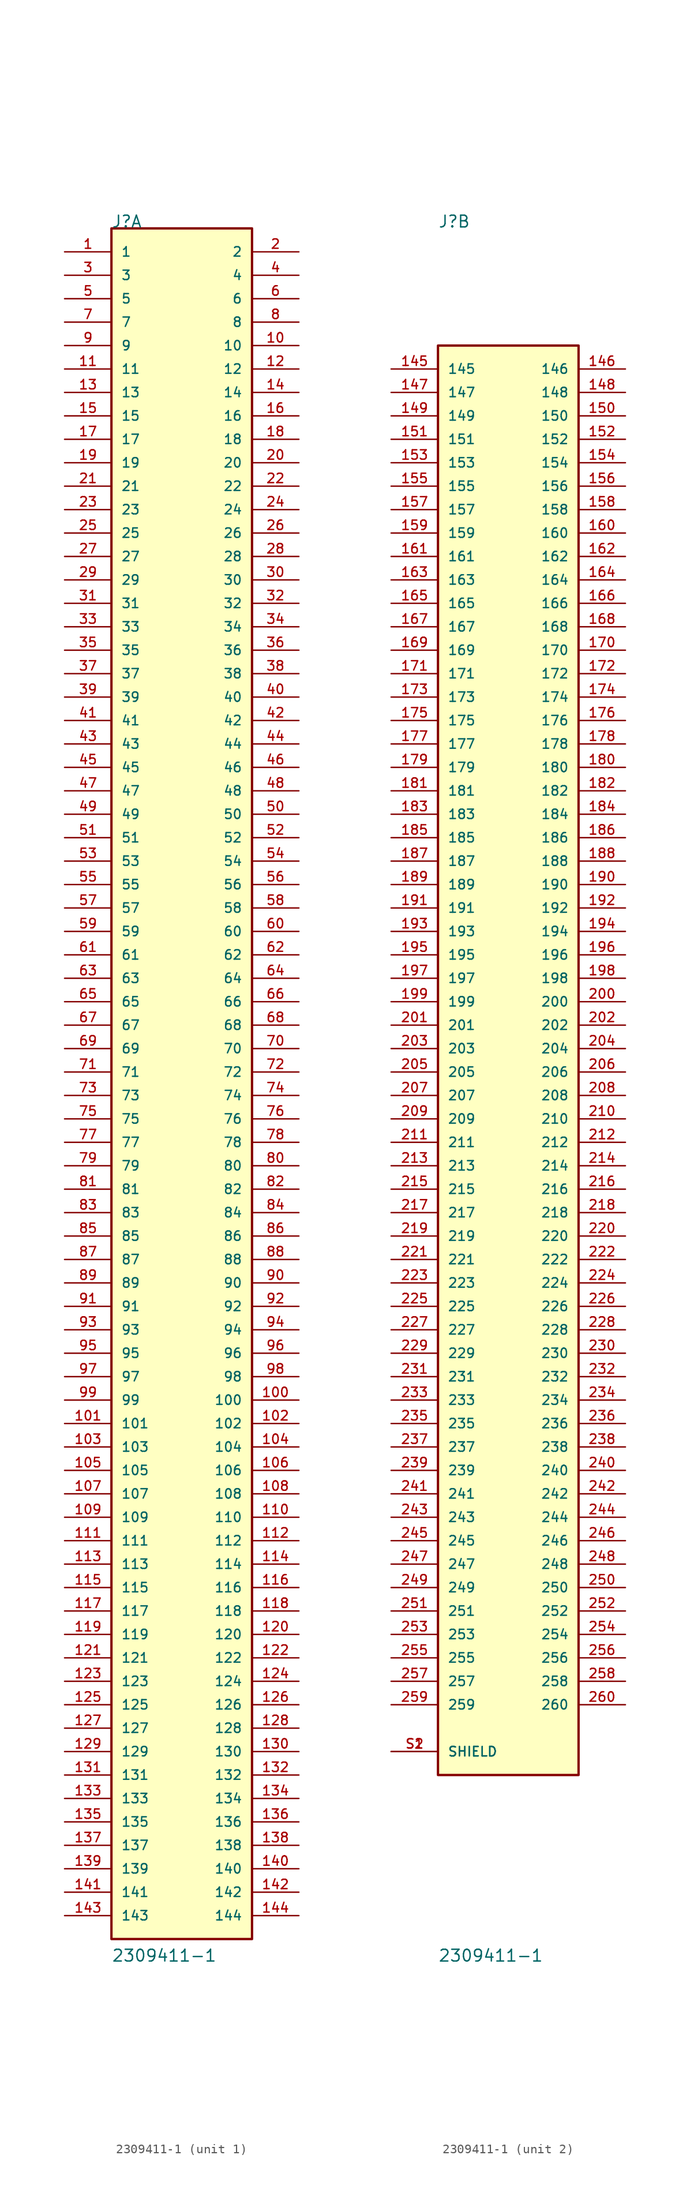
<source format=kicad_sym>
(kicad_symbol_lib
  (version 20211014)
  (generator kicad_symbol_editor)
  (symbol "2309411-1"
    (pin_names
      (offset 1.016))
    (property "Reference" "J"
      (at -7.62 91.44 0)
      (effects (font (size 1.27 1.27)) (justify left bottom)))
    (property "Value" "2309411-1"
      (at -7.62 -96.52 0)
      (effects (font (size 1.27 1.27)) (justify left bottom)))
    (property "ki_locked" ""
      (at 0 0 0)
      (effects (font (size 1.27 1.27))))
    (symbol "2309411-1_1_0"
      (rectangle (start -7.62 -93.98) (end 7.62 91.44) (stroke (width 0.254) (type default) (color 0 0 0 0)) (fill (type background)))
      (pin passive line (at -12.7 88.9 0) (length 5.08) (name "1" (effects (font (size 1.016 1.016)))) (number "1" (effects (font (size 1.016 1.016)))))
      (pin passive line (at 12.7 78.74 180) (length 5.08) (name "10" (effects (font (size 1.016 1.016)))) (number "10" (effects (font (size 1.016 1.016)))))
      (pin passive line (at 12.7 -35.56 180) (length 5.08) (name "100" (effects (font (size 1.016 1.016)))) (number "100" (effects (font (size 1.016 1.016)))))
      (pin passive line (at -12.7 -38.1 0) (length 5.08) (name "101" (effects (font (size 1.016 1.016)))) (number "101" (effects (font (size 1.016 1.016)))))
      (pin passive line (at 12.7 -38.1 180) (length 5.08) (name "102" (effects (font (size 1.016 1.016)))) (number "102" (effects (font (size 1.016 1.016)))))
      (pin passive line (at -12.7 -40.64 0) (length 5.08) (name "103" (effects (font (size 1.016 1.016)))) (number "103" (effects (font (size 1.016 1.016)))))
      (pin passive line (at 12.7 -40.64 180) (length 5.08) (name "104" (effects (font (size 1.016 1.016)))) (number "104" (effects (font (size 1.016 1.016)))))
      (pin passive line (at -12.7 -43.18 0) (length 5.08) (name "105" (effects (font (size 1.016 1.016)))) (number "105" (effects (font (size 1.016 1.016)))))
      (pin passive line (at 12.7 -43.18 180) (length 5.08) (name "106" (effects (font (size 1.016 1.016)))) (number "106" (effects (font (size 1.016 1.016)))))
      (pin passive line (at -12.7 -45.72 0) (length 5.08) (name "107" (effects (font (size 1.016 1.016)))) (number "107" (effects (font (size 1.016 1.016)))))
      (pin passive line (at 12.7 -45.72 180) (length 5.08) (name "108" (effects (font (size 1.016 1.016)))) (number "108" (effects (font (size 1.016 1.016)))))
      (pin passive line (at -12.7 -48.26 0) (length 5.08) (name "109" (effects (font (size 1.016 1.016)))) (number "109" (effects (font (size 1.016 1.016)))))
      (pin passive line (at -12.7 76.2 0) (length 5.08) (name "11" (effects (font (size 1.016 1.016)))) (number "11" (effects (font (size 1.016 1.016)))))
      (pin passive line (at 12.7 -48.26 180) (length 5.08) (name "110" (effects (font (size 1.016 1.016)))) (number "110" (effects (font (size 1.016 1.016)))))
      (pin passive line (at -12.7 -50.8 0) (length 5.08) (name "111" (effects (font (size 1.016 1.016)))) (number "111" (effects (font (size 1.016 1.016)))))
      (pin passive line (at 12.7 -50.8 180) (length 5.08) (name "112" (effects (font (size 1.016 1.016)))) (number "112" (effects (font (size 1.016 1.016)))))
      (pin passive line (at -12.7 -53.34 0) (length 5.08) (name "113" (effects (font (size 1.016 1.016)))) (number "113" (effects (font (size 1.016 1.016)))))
      (pin passive line (at 12.7 -53.34 180) (length 5.08) (name "114" (effects (font (size 1.016 1.016)))) (number "114" (effects (font (size 1.016 1.016)))))
      (pin passive line (at -12.7 -55.88 0) (length 5.08) (name "115" (effects (font (size 1.016 1.016)))) (number "115" (effects (font (size 1.016 1.016)))))
      (pin passive line (at 12.7 -55.88 180) (length 5.08) (name "116" (effects (font (size 1.016 1.016)))) (number "116" (effects (font (size 1.016 1.016)))))
      (pin passive line (at -12.7 -58.42 0) (length 5.08) (name "117" (effects (font (size 1.016 1.016)))) (number "117" (effects (font (size 1.016 1.016)))))
      (pin passive line (at 12.7 -58.42 180) (length 5.08) (name "118" (effects (font (size 1.016 1.016)))) (number "118" (effects (font (size 1.016 1.016)))))
      (pin passive line (at -12.7 -60.96 0) (length 5.08) (name "119" (effects (font (size 1.016 1.016)))) (number "119" (effects (font (size 1.016 1.016)))))
      (pin passive line (at 12.7 76.2 180) (length 5.08) (name "12" (effects (font (size 1.016 1.016)))) (number "12" (effects (font (size 1.016 1.016)))))
      (pin passive line (at 12.7 -60.96 180) (length 5.08) (name "120" (effects (font (size 1.016 1.016)))) (number "120" (effects (font (size 1.016 1.016)))))
      (pin passive line (at -12.7 -63.5 0) (length 5.08) (name "121" (effects (font (size 1.016 1.016)))) (number "121" (effects (font (size 1.016 1.016)))))
      (pin passive line (at 12.7 -63.5 180) (length 5.08) (name "122" (effects (font (size 1.016 1.016)))) (number "122" (effects (font (size 1.016 1.016)))))
      (pin passive line (at -12.7 -66.04 0) (length 5.08) (name "123" (effects (font (size 1.016 1.016)))) (number "123" (effects (font (size 1.016 1.016)))))
      (pin passive line (at 12.7 -66.04 180) (length 5.08) (name "124" (effects (font (size 1.016 1.016)))) (number "124" (effects (font (size 1.016 1.016)))))
      (pin passive line (at -12.7 -68.58 0) (length 5.08) (name "125" (effects (font (size 1.016 1.016)))) (number "125" (effects (font (size 1.016 1.016)))))
      (pin passive line (at 12.7 -68.58 180) (length 5.08) (name "126" (effects (font (size 1.016 1.016)))) (number "126" (effects (font (size 1.016 1.016)))))
      (pin passive line (at -12.7 -71.12 0) (length 5.08) (name "127" (effects (font (size 1.016 1.016)))) (number "127" (effects (font (size 1.016 1.016)))))
      (pin passive line (at 12.7 -71.12 180) (length 5.08) (name "128" (effects (font (size 1.016 1.016)))) (number "128" (effects (font (size 1.016 1.016)))))
      (pin passive line (at -12.7 -73.66 0) (length 5.08) (name "129" (effects (font (size 1.016 1.016)))) (number "129" (effects (font (size 1.016 1.016)))))
      (pin passive line (at -12.7 73.66 0) (length 5.08) (name "13" (effects (font (size 1.016 1.016)))) (number "13" (effects (font (size 1.016 1.016)))))
      (pin passive line (at 12.7 -73.66 180) (length 5.08) (name "130" (effects (font (size 1.016 1.016)))) (number "130" (effects (font (size 1.016 1.016)))))
      (pin passive line (at -12.7 -76.2 0) (length 5.08) (name "131" (effects (font (size 1.016 1.016)))) (number "131" (effects (font (size 1.016 1.016)))))
      (pin passive line (at 12.7 -76.2 180) (length 5.08) (name "132" (effects (font (size 1.016 1.016)))) (number "132" (effects (font (size 1.016 1.016)))))
      (pin passive line (at -12.7 -78.74 0) (length 5.08) (name "133" (effects (font (size 1.016 1.016)))) (number "133" (effects (font (size 1.016 1.016)))))
      (pin passive line (at 12.7 -78.74 180) (length 5.08) (name "134" (effects (font (size 1.016 1.016)))) (number "134" (effects (font (size 1.016 1.016)))))
      (pin passive line (at -12.7 -81.28 0) (length 5.08) (name "135" (effects (font (size 1.016 1.016)))) (number "135" (effects (font (size 1.016 1.016)))))
      (pin passive line (at 12.7 -81.28 180) (length 5.08) (name "136" (effects (font (size 1.016 1.016)))) (number "136" (effects (font (size 1.016 1.016)))))
      (pin passive line (at -12.7 -83.82 0) (length 5.08) (name "137" (effects (font (size 1.016 1.016)))) (number "137" (effects (font (size 1.016 1.016)))))
      (pin passive line (at 12.7 -83.82 180) (length 5.08) (name "138" (effects (font (size 1.016 1.016)))) (number "138" (effects (font (size 1.016 1.016)))))
      (pin passive line (at -12.7 -86.36 0) (length 5.08) (name "139" (effects (font (size 1.016 1.016)))) (number "139" (effects (font (size 1.016 1.016)))))
      (pin passive line (at 12.7 73.66 180) (length 5.08) (name "14" (effects (font (size 1.016 1.016)))) (number "14" (effects (font (size 1.016 1.016)))))
      (pin passive line (at 12.7 -86.36 180) (length 5.08) (name "140" (effects (font (size 1.016 1.016)))) (number "140" (effects (font (size 1.016 1.016)))))
      (pin passive line (at -12.7 -88.9 0) (length 5.08) (name "141" (effects (font (size 1.016 1.016)))) (number "141" (effects (font (size 1.016 1.016)))))
      (pin passive line (at 12.7 -88.9 180) (length 5.08) (name "142" (effects (font (size 1.016 1.016)))) (number "142" (effects (font (size 1.016 1.016)))))
      (pin passive line (at -12.7 -91.44 0) (length 5.08) (name "143" (effects (font (size 1.016 1.016)))) (number "143" (effects (font (size 1.016 1.016)))))
      (pin passive line (at 12.7 -91.44 180) (length 5.08) (name "144" (effects (font (size 1.016 1.016)))) (number "144" (effects (font (size 1.016 1.016)))))
      (pin passive line (at -12.7 71.12 0) (length 5.08) (name "15" (effects (font (size 1.016 1.016)))) (number "15" (effects (font (size 1.016 1.016)))))
      (pin passive line (at 12.7 71.12 180) (length 5.08) (name "16" (effects (font (size 1.016 1.016)))) (number "16" (effects (font (size 1.016 1.016)))))
      (pin passive line (at -12.7 68.58 0) (length 5.08) (name "17" (effects (font (size 1.016 1.016)))) (number "17" (effects (font (size 1.016 1.016)))))
      (pin passive line (at 12.7 68.58 180) (length 5.08) (name "18" (effects (font (size 1.016 1.016)))) (number "18" (effects (font (size 1.016 1.016)))))
      (pin passive line (at -12.7 66.04 0) (length 5.08) (name "19" (effects (font (size 1.016 1.016)))) (number "19" (effects (font (size 1.016 1.016)))))
      (pin passive line (at 12.7 88.9 180) (length 5.08) (name "2" (effects (font (size 1.016 1.016)))) (number "2" (effects (font (size 1.016 1.016)))))
      (pin passive line (at 12.7 66.04 180) (length 5.08) (name "20" (effects (font (size 1.016 1.016)))) (number "20" (effects (font (size 1.016 1.016)))))
      (pin passive line (at -12.7 63.5 0) (length 5.08) (name "21" (effects (font (size 1.016 1.016)))) (number "21" (effects (font (size 1.016 1.016)))))
      (pin passive line (at 12.7 63.5 180) (length 5.08) (name "22" (effects (font (size 1.016 1.016)))) (number "22" (effects (font (size 1.016 1.016)))))
      (pin passive line (at -12.7 60.96 0) (length 5.08) (name "23" (effects (font (size 1.016 1.016)))) (number "23" (effects (font (size 1.016 1.016)))))
      (pin passive line (at 12.7 60.96 180) (length 5.08) (name "24" (effects (font (size 1.016 1.016)))) (number "24" (effects (font (size 1.016 1.016)))))
      (pin passive line (at -12.7 58.42 0) (length 5.08) (name "25" (effects (font (size 1.016 1.016)))) (number "25" (effects (font (size 1.016 1.016)))))
      (pin passive line (at 12.7 58.42 180) (length 5.08) (name "26" (effects (font (size 1.016 1.016)))) (number "26" (effects (font (size 1.016 1.016)))))
      (pin passive line (at -12.7 55.88 0) (length 5.08) (name "27" (effects (font (size 1.016 1.016)))) (number "27" (effects (font (size 1.016 1.016)))))
      (pin passive line (at 12.7 55.88 180) (length 5.08) (name "28" (effects (font (size 1.016 1.016)))) (number "28" (effects (font (size 1.016 1.016)))))
      (pin passive line (at -12.7 53.34 0) (length 5.08) (name "29" (effects (font (size 1.016 1.016)))) (number "29" (effects (font (size 1.016 1.016)))))
      (pin passive line (at -12.7 86.36 0) (length 5.08) (name "3" (effects (font (size 1.016 1.016)))) (number "3" (effects (font (size 1.016 1.016)))))
      (pin passive line (at 12.7 53.34 180) (length 5.08) (name "30" (effects (font (size 1.016 1.016)))) (number "30" (effects (font (size 1.016 1.016)))))
      (pin passive line (at -12.7 50.8 0) (length 5.08) (name "31" (effects (font (size 1.016 1.016)))) (number "31" (effects (font (size 1.016 1.016)))))
      (pin passive line (at 12.7 50.8 180) (length 5.08) (name "32" (effects (font (size 1.016 1.016)))) (number "32" (effects (font (size 1.016 1.016)))))
      (pin passive line (at -12.7 48.26 0) (length 5.08) (name "33" (effects (font (size 1.016 1.016)))) (number "33" (effects (font (size 1.016 1.016)))))
      (pin passive line (at 12.7 48.26 180) (length 5.08) (name "34" (effects (font (size 1.016 1.016)))) (number "34" (effects (font (size 1.016 1.016)))))
      (pin passive line (at -12.7 45.72 0) (length 5.08) (name "35" (effects (font (size 1.016 1.016)))) (number "35" (effects (font (size 1.016 1.016)))))
      (pin passive line (at 12.7 45.72 180) (length 5.08) (name "36" (effects (font (size 1.016 1.016)))) (number "36" (effects (font (size 1.016 1.016)))))
      (pin passive line (at -12.7 43.18 0) (length 5.08) (name "37" (effects (font (size 1.016 1.016)))) (number "37" (effects (font (size 1.016 1.016)))))
      (pin passive line (at 12.7 43.18 180) (length 5.08) (name "38" (effects (font (size 1.016 1.016)))) (number "38" (effects (font (size 1.016 1.016)))))
      (pin passive line (at -12.7 40.64 0) (length 5.08) (name "39" (effects (font (size 1.016 1.016)))) (number "39" (effects (font (size 1.016 1.016)))))
      (pin passive line (at 12.7 86.36 180) (length 5.08) (name "4" (effects (font (size 1.016 1.016)))) (number "4" (effects (font (size 1.016 1.016)))))
      (pin passive line (at 12.7 40.64 180) (length 5.08) (name "40" (effects (font (size 1.016 1.016)))) (number "40" (effects (font (size 1.016 1.016)))))
      (pin passive line (at -12.7 38.1 0) (length 5.08) (name "41" (effects (font (size 1.016 1.016)))) (number "41" (effects (font (size 1.016 1.016)))))
      (pin passive line (at 12.7 38.1 180) (length 5.08) (name "42" (effects (font (size 1.016 1.016)))) (number "42" (effects (font (size 1.016 1.016)))))
      (pin passive line (at -12.7 35.56 0) (length 5.08) (name "43" (effects (font (size 1.016 1.016)))) (number "43" (effects (font (size 1.016 1.016)))))
      (pin passive line (at 12.7 35.56 180) (length 5.08) (name "44" (effects (font (size 1.016 1.016)))) (number "44" (effects (font (size 1.016 1.016)))))
      (pin passive line (at -12.7 33.02 0) (length 5.08) (name "45" (effects (font (size 1.016 1.016)))) (number "45" (effects (font (size 1.016 1.016)))))
      (pin passive line (at 12.7 33.02 180) (length 5.08) (name "46" (effects (font (size 1.016 1.016)))) (number "46" (effects (font (size 1.016 1.016)))))
      (pin passive line (at -12.7 30.48 0) (length 5.08) (name "47" (effects (font (size 1.016 1.016)))) (number "47" (effects (font (size 1.016 1.016)))))
      (pin passive line (at 12.7 30.48 180) (length 5.08) (name "48" (effects (font (size 1.016 1.016)))) (number "48" (effects (font (size 1.016 1.016)))))
      (pin passive line (at -12.7 27.94 0) (length 5.08) (name "49" (effects (font (size 1.016 1.016)))) (number "49" (effects (font (size 1.016 1.016)))))
      (pin passive line (at -12.7 83.82 0) (length 5.08) (name "5" (effects (font (size 1.016 1.016)))) (number "5" (effects (font (size 1.016 1.016)))))
      (pin passive line (at 12.7 27.94 180) (length 5.08) (name "50" (effects (font (size 1.016 1.016)))) (number "50" (effects (font (size 1.016 1.016)))))
      (pin passive line (at -12.7 25.4 0) (length 5.08) (name "51" (effects (font (size 1.016 1.016)))) (number "51" (effects (font (size 1.016 1.016)))))
      (pin passive line (at 12.7 25.4 180) (length 5.08) (name "52" (effects (font (size 1.016 1.016)))) (number "52" (effects (font (size 1.016 1.016)))))
      (pin passive line (at -12.7 22.86 0) (length 5.08) (name "53" (effects (font (size 1.016 1.016)))) (number "53" (effects (font (size 1.016 1.016)))))
      (pin passive line (at 12.7 22.86 180) (length 5.08) (name "54" (effects (font (size 1.016 1.016)))) (number "54" (effects (font (size 1.016 1.016)))))
      (pin passive line (at -12.7 20.32 0) (length 5.08) (name "55" (effects (font (size 1.016 1.016)))) (number "55" (effects (font (size 1.016 1.016)))))
      (pin passive line (at 12.7 20.32 180) (length 5.08) (name "56" (effects (font (size 1.016 1.016)))) (number "56" (effects (font (size 1.016 1.016)))))
      (pin passive line (at -12.7 17.78 0) (length 5.08) (name "57" (effects (font (size 1.016 1.016)))) (number "57" (effects (font (size 1.016 1.016)))))
      (pin passive line (at 12.7 17.78 180) (length 5.08) (name "58" (effects (font (size 1.016 1.016)))) (number "58" (effects (font (size 1.016 1.016)))))
      (pin passive line (at -12.7 15.24 0) (length 5.08) (name "59" (effects (font (size 1.016 1.016)))) (number "59" (effects (font (size 1.016 1.016)))))
      (pin passive line (at 12.7 83.82 180) (length 5.08) (name "6" (effects (font (size 1.016 1.016)))) (number "6" (effects (font (size 1.016 1.016)))))
      (pin passive line (at 12.7 15.24 180) (length 5.08) (name "60" (effects (font (size 1.016 1.016)))) (number "60" (effects (font (size 1.016 1.016)))))
      (pin passive line (at -12.7 12.7 0) (length 5.08) (name "61" (effects (font (size 1.016 1.016)))) (number "61" (effects (font (size 1.016 1.016)))))
      (pin passive line (at 12.7 12.7 180) (length 5.08) (name "62" (effects (font (size 1.016 1.016)))) (number "62" (effects (font (size 1.016 1.016)))))
      (pin passive line (at -12.7 10.16 0) (length 5.08) (name "63" (effects (font (size 1.016 1.016)))) (number "63" (effects (font (size 1.016 1.016)))))
      (pin passive line (at 12.7 10.16 180) (length 5.08) (name "64" (effects (font (size 1.016 1.016)))) (number "64" (effects (font (size 1.016 1.016)))))
      (pin passive line (at -12.7 7.62 0) (length 5.08) (name "65" (effects (font (size 1.016 1.016)))) (number "65" (effects (font (size 1.016 1.016)))))
      (pin passive line (at 12.7 7.62 180) (length 5.08) (name "66" (effects (font (size 1.016 1.016)))) (number "66" (effects (font (size 1.016 1.016)))))
      (pin passive line (at -12.7 5.08 0) (length 5.08) (name "67" (effects (font (size 1.016 1.016)))) (number "67" (effects (font (size 1.016 1.016)))))
      (pin passive line (at 12.7 5.08 180) (length 5.08) (name "68" (effects (font (size 1.016 1.016)))) (number "68" (effects (font (size 1.016 1.016)))))
      (pin passive line (at -12.7 2.54 0) (length 5.08) (name "69" (effects (font (size 1.016 1.016)))) (number "69" (effects (font (size 1.016 1.016)))))
      (pin passive line (at -12.7 81.28 0) (length 5.08) (name "7" (effects (font (size 1.016 1.016)))) (number "7" (effects (font (size 1.016 1.016)))))
      (pin passive line (at 12.7 2.54 180) (length 5.08) (name "70" (effects (font (size 1.016 1.016)))) (number "70" (effects (font (size 1.016 1.016)))))
      (pin passive line (at -12.7 0 0) (length 5.08) (name "71" (effects (font (size 1.016 1.016)))) (number "71" (effects (font (size 1.016 1.016)))))
      (pin passive line (at 12.7 0 180) (length 5.08) (name "72" (effects (font (size 1.016 1.016)))) (number "72" (effects (font (size 1.016 1.016)))))
      (pin passive line (at -12.7 -2.54 0) (length 5.08) (name "73" (effects (font (size 1.016 1.016)))) (number "73" (effects (font (size 1.016 1.016)))))
      (pin passive line (at 12.7 -2.54 180) (length 5.08) (name "74" (effects (font (size 1.016 1.016)))) (number "74" (effects (font (size 1.016 1.016)))))
      (pin passive line (at -12.7 -5.08 0) (length 5.08) (name "75" (effects (font (size 1.016 1.016)))) (number "75" (effects (font (size 1.016 1.016)))))
      (pin passive line (at 12.7 -5.08 180) (length 5.08) (name "76" (effects (font (size 1.016 1.016)))) (number "76" (effects (font (size 1.016 1.016)))))
      (pin passive line (at -12.7 -7.62 0) (length 5.08) (name "77" (effects (font (size 1.016 1.016)))) (number "77" (effects (font (size 1.016 1.016)))))
      (pin passive line (at 12.7 -7.62 180) (length 5.08) (name "78" (effects (font (size 1.016 1.016)))) (number "78" (effects (font (size 1.016 1.016)))))
      (pin passive line (at -12.7 -10.16 0) (length 5.08) (name "79" (effects (font (size 1.016 1.016)))) (number "79" (effects (font (size 1.016 1.016)))))
      (pin passive line (at 12.7 81.28 180) (length 5.08) (name "8" (effects (font (size 1.016 1.016)))) (number "8" (effects (font (size 1.016 1.016)))))
      (pin passive line (at 12.7 -10.16 180) (length 5.08) (name "80" (effects (font (size 1.016 1.016)))) (number "80" (effects (font (size 1.016 1.016)))))
      (pin passive line (at -12.7 -12.7 0) (length 5.08) (name "81" (effects (font (size 1.016 1.016)))) (number "81" (effects (font (size 1.016 1.016)))))
      (pin passive line (at 12.7 -12.7 180) (length 5.08) (name "82" (effects (font (size 1.016 1.016)))) (number "82" (effects (font (size 1.016 1.016)))))
      (pin passive line (at -12.7 -15.24 0) (length 5.08) (name "83" (effects (font (size 1.016 1.016)))) (number "83" (effects (font (size 1.016 1.016)))))
      (pin passive line (at 12.7 -15.24 180) (length 5.08) (name "84" (effects (font (size 1.016 1.016)))) (number "84" (effects (font (size 1.016 1.016)))))
      (pin passive line (at -12.7 -17.78 0) (length 5.08) (name "85" (effects (font (size 1.016 1.016)))) (number "85" (effects (font (size 1.016 1.016)))))
      (pin passive line (at 12.7 -17.78 180) (length 5.08) (name "86" (effects (font (size 1.016 1.016)))) (number "86" (effects (font (size 1.016 1.016)))))
      (pin passive line (at -12.7 -20.32 0) (length 5.08) (name "87" (effects (font (size 1.016 1.016)))) (number "87" (effects (font (size 1.016 1.016)))))
      (pin passive line (at 12.7 -20.32 180) (length 5.08) (name "88" (effects (font (size 1.016 1.016)))) (number "88" (effects (font (size 1.016 1.016)))))
      (pin passive line (at -12.7 -22.86 0) (length 5.08) (name "89" (effects (font (size 1.016 1.016)))) (number "89" (effects (font (size 1.016 1.016)))))
      (pin passive line (at -12.7 78.74 0) (length 5.08) (name "9" (effects (font (size 1.016 1.016)))) (number "9" (effects (font (size 1.016 1.016)))))
      (pin passive line (at 12.7 -22.86 180) (length 5.08) (name "90" (effects (font (size 1.016 1.016)))) (number "90" (effects (font (size 1.016 1.016)))))
      (pin passive line (at -12.7 -25.4 0) (length 5.08) (name "91" (effects (font (size 1.016 1.016)))) (number "91" (effects (font (size 1.016 1.016)))))
      (pin passive line (at 12.7 -25.4 180) (length 5.08) (name "92" (effects (font (size 1.016 1.016)))) (number "92" (effects (font (size 1.016 1.016)))))
      (pin passive line (at -12.7 -27.94 0) (length 5.08) (name "93" (effects (font (size 1.016 1.016)))) (number "93" (effects (font (size 1.016 1.016)))))
      (pin passive line (at 12.7 -27.94 180) (length 5.08) (name "94" (effects (font (size 1.016 1.016)))) (number "94" (effects (font (size 1.016 1.016)))))
      (pin passive line (at -12.7 -30.48 0) (length 5.08) (name "95" (effects (font (size 1.016 1.016)))) (number "95" (effects (font (size 1.016 1.016)))))
      (pin passive line (at 12.7 -30.48 180) (length 5.08) (name "96" (effects (font (size 1.016 1.016)))) (number "96" (effects (font (size 1.016 1.016)))))
      (pin passive line (at -12.7 -33.02 0) (length 5.08) (name "97" (effects (font (size 1.016 1.016)))) (number "97" (effects (font (size 1.016 1.016)))))
      (pin passive line (at 12.7 -33.02 180) (length 5.08) (name "98" (effects (font (size 1.016 1.016)))) (number "98" (effects (font (size 1.016 1.016)))))
      (pin passive line (at -12.7 -35.56 0) (length 5.08) (name "99" (effects (font (size 1.016 1.016)))) (number "99" (effects (font (size 1.016 1.016))))))
    (symbol "2309411-1_2_0"
      (rectangle (start -7.62 -76.2) (end 7.62 78.74) (stroke (width 0.254) (type default) (color 0 0 0 0)) (fill (type background)))
      (pin passive line (at -12.7 76.2 0) (length 5.08) (name "145" (effects (font (size 1.016 1.016)))) (number "145" (effects (font (size 1.016 1.016)))))
      (pin passive line (at 12.7 76.2 180) (length 5.08) (name "146" (effects (font (size 1.016 1.016)))) (number "146" (effects (font (size 1.016 1.016)))))
      (pin passive line (at -12.7 73.66 0) (length 5.08) (name "147" (effects (font (size 1.016 1.016)))) (number "147" (effects (font (size 1.016 1.016)))))
      (pin passive line (at 12.7 73.66 180) (length 5.08) (name "148" (effects (font (size 1.016 1.016)))) (number "148" (effects (font (size 1.016 1.016)))))
      (pin passive line (at -12.7 71.12 0) (length 5.08) (name "149" (effects (font (size 1.016 1.016)))) (number "149" (effects (font (size 1.016 1.016)))))
      (pin passive line (at 12.7 71.12 180) (length 5.08) (name "150" (effects (font (size 1.016 1.016)))) (number "150" (effects (font (size 1.016 1.016)))))
      (pin passive line (at -12.7 68.58 0) (length 5.08) (name "151" (effects (font (size 1.016 1.016)))) (number "151" (effects (font (size 1.016 1.016)))))
      (pin passive line (at 12.7 68.58 180) (length 5.08) (name "152" (effects (font (size 1.016 1.016)))) (number "152" (effects (font (size 1.016 1.016)))))
      (pin passive line (at -12.7 66.04 0) (length 5.08) (name "153" (effects (font (size 1.016 1.016)))) (number "153" (effects (font (size 1.016 1.016)))))
      (pin passive line (at 12.7 66.04 180) (length 5.08) (name "154" (effects (font (size 1.016 1.016)))) (number "154" (effects (font (size 1.016 1.016)))))
      (pin passive line (at -12.7 63.5 0) (length 5.08) (name "155" (effects (font (size 1.016 1.016)))) (number "155" (effects (font (size 1.016 1.016)))))
      (pin passive line (at 12.7 63.5 180) (length 5.08) (name "156" (effects (font (size 1.016 1.016)))) (number "156" (effects (font (size 1.016 1.016)))))
      (pin passive line (at -12.7 60.96 0) (length 5.08) (name "157" (effects (font (size 1.016 1.016)))) (number "157" (effects (font (size 1.016 1.016)))))
      (pin passive line (at 12.7 60.96 180) (length 5.08) (name "158" (effects (font (size 1.016 1.016)))) (number "158" (effects (font (size 1.016 1.016)))))
      (pin passive line (at -12.7 58.42 0) (length 5.08) (name "159" (effects (font (size 1.016 1.016)))) (number "159" (effects (font (size 1.016 1.016)))))
      (pin passive line (at 12.7 58.42 180) (length 5.08) (name "160" (effects (font (size 1.016 1.016)))) (number "160" (effects (font (size 1.016 1.016)))))
      (pin passive line (at -12.7 55.88 0) (length 5.08) (name "161" (effects (font (size 1.016 1.016)))) (number "161" (effects (font (size 1.016 1.016)))))
      (pin passive line (at 12.7 55.88 180) (length 5.08) (name "162" (effects (font (size 1.016 1.016)))) (number "162" (effects (font (size 1.016 1.016)))))
      (pin passive line (at -12.7 53.34 0) (length 5.08) (name "163" (effects (font (size 1.016 1.016)))) (number "163" (effects (font (size 1.016 1.016)))))
      (pin passive line (at 12.7 53.34 180) (length 5.08) (name "164" (effects (font (size 1.016 1.016)))) (number "164" (effects (font (size 1.016 1.016)))))
      (pin passive line (at -12.7 50.8 0) (length 5.08) (name "165" (effects (font (size 1.016 1.016)))) (number "165" (effects (font (size 1.016 1.016)))))
      (pin passive line (at 12.7 50.8 180) (length 5.08) (name "166" (effects (font (size 1.016 1.016)))) (number "166" (effects (font (size 1.016 1.016)))))
      (pin passive line (at -12.7 48.26 0) (length 5.08) (name "167" (effects (font (size 1.016 1.016)))) (number "167" (effects (font (size 1.016 1.016)))))
      (pin passive line (at 12.7 48.26 180) (length 5.08) (name "168" (effects (font (size 1.016 1.016)))) (number "168" (effects (font (size 1.016 1.016)))))
      (pin passive line (at -12.7 45.72 0) (length 5.08) (name "169" (effects (font (size 1.016 1.016)))) (number "169" (effects (font (size 1.016 1.016)))))
      (pin passive line (at 12.7 45.72 180) (length 5.08) (name "170" (effects (font (size 1.016 1.016)))) (number "170" (effects (font (size 1.016 1.016)))))
      (pin passive line (at -12.7 43.18 0) (length 5.08) (name "171" (effects (font (size 1.016 1.016)))) (number "171" (effects (font (size 1.016 1.016)))))
      (pin passive line (at 12.7 43.18 180) (length 5.08) (name "172" (effects (font (size 1.016 1.016)))) (number "172" (effects (font (size 1.016 1.016)))))
      (pin passive line (at -12.7 40.64 0) (length 5.08) (name "173" (effects (font (size 1.016 1.016)))) (number "173" (effects (font (size 1.016 1.016)))))
      (pin passive line (at 12.7 40.64 180) (length 5.08) (name "174" (effects (font (size 1.016 1.016)))) (number "174" (effects (font (size 1.016 1.016)))))
      (pin passive line (at -12.7 38.1 0) (length 5.08) (name "175" (effects (font (size 1.016 1.016)))) (number "175" (effects (font (size 1.016 1.016)))))
      (pin passive line (at 12.7 38.1 180) (length 5.08) (name "176" (effects (font (size 1.016 1.016)))) (number "176" (effects (font (size 1.016 1.016)))))
      (pin passive line (at -12.7 35.56 0) (length 5.08) (name "177" (effects (font (size 1.016 1.016)))) (number "177" (effects (font (size 1.016 1.016)))))
      (pin passive line (at 12.7 35.56 180) (length 5.08) (name "178" (effects (font (size 1.016 1.016)))) (number "178" (effects (font (size 1.016 1.016)))))
      (pin passive line (at -12.7 33.02 0) (length 5.08) (name "179" (effects (font (size 1.016 1.016)))) (number "179" (effects (font (size 1.016 1.016)))))
      (pin passive line (at 12.7 33.02 180) (length 5.08) (name "180" (effects (font (size 1.016 1.016)))) (number "180" (effects (font (size 1.016 1.016)))))
      (pin passive line (at -12.7 30.48 0) (length 5.08) (name "181" (effects (font (size 1.016 1.016)))) (number "181" (effects (font (size 1.016 1.016)))))
      (pin passive line (at 12.7 30.48 180) (length 5.08) (name "182" (effects (font (size 1.016 1.016)))) (number "182" (effects (font (size 1.016 1.016)))))
      (pin passive line (at -12.7 27.94 0) (length 5.08) (name "183" (effects (font (size 1.016 1.016)))) (number "183" (effects (font (size 1.016 1.016)))))
      (pin passive line (at 12.7 27.94 180) (length 5.08) (name "184" (effects (font (size 1.016 1.016)))) (number "184" (effects (font (size 1.016 1.016)))))
      (pin passive line (at -12.7 25.4 0) (length 5.08) (name "185" (effects (font (size 1.016 1.016)))) (number "185" (effects (font (size 1.016 1.016)))))
      (pin passive line (at 12.7 25.4 180) (length 5.08) (name "186" (effects (font (size 1.016 1.016)))) (number "186" (effects (font (size 1.016 1.016)))))
      (pin passive line (at -12.7 22.86 0) (length 5.08) (name "187" (effects (font (size 1.016 1.016)))) (number "187" (effects (font (size 1.016 1.016)))))
      (pin passive line (at 12.7 22.86 180) (length 5.08) (name "188" (effects (font (size 1.016 1.016)))) (number "188" (effects (font (size 1.016 1.016)))))
      (pin passive line (at -12.7 20.32 0) (length 5.08) (name "189" (effects (font (size 1.016 1.016)))) (number "189" (effects (font (size 1.016 1.016)))))
      (pin passive line (at 12.7 20.32 180) (length 5.08) (name "190" (effects (font (size 1.016 1.016)))) (number "190" (effects (font (size 1.016 1.016)))))
      (pin passive line (at -12.7 17.78 0) (length 5.08) (name "191" (effects (font (size 1.016 1.016)))) (number "191" (effects (font (size 1.016 1.016)))))
      (pin passive line (at 12.7 17.78 180) (length 5.08) (name "192" (effects (font (size 1.016 1.016)))) (number "192" (effects (font (size 1.016 1.016)))))
      (pin passive line (at -12.7 15.24 0) (length 5.08) (name "193" (effects (font (size 1.016 1.016)))) (number "193" (effects (font (size 1.016 1.016)))))
      (pin passive line (at 12.7 15.24 180) (length 5.08) (name "194" (effects (font (size 1.016 1.016)))) (number "194" (effects (font (size 1.016 1.016)))))
      (pin passive line (at -12.7 12.7 0) (length 5.08) (name "195" (effects (font (size 1.016 1.016)))) (number "195" (effects (font (size 1.016 1.016)))))
      (pin passive line (at 12.7 12.7 180) (length 5.08) (name "196" (effects (font (size 1.016 1.016)))) (number "196" (effects (font (size 1.016 1.016)))))
      (pin passive line (at -12.7 10.16 0) (length 5.08) (name "197" (effects (font (size 1.016 1.016)))) (number "197" (effects (font (size 1.016 1.016)))))
      (pin passive line (at 12.7 10.16 180) (length 5.08) (name "198" (effects (font (size 1.016 1.016)))) (number "198" (effects (font (size 1.016 1.016)))))
      (pin passive line (at -12.7 7.62 0) (length 5.08) (name "199" (effects (font (size 1.016 1.016)))) (number "199" (effects (font (size 1.016 1.016)))))
      (pin passive line (at 12.7 7.62 180) (length 5.08) (name "200" (effects (font (size 1.016 1.016)))) (number "200" (effects (font (size 1.016 1.016)))))
      (pin passive line (at -12.7 5.08 0) (length 5.08) (name "201" (effects (font (size 1.016 1.016)))) (number "201" (effects (font (size 1.016 1.016)))))
      (pin passive line (at 12.7 5.08 180) (length 5.08) (name "202" (effects (font (size 1.016 1.016)))) (number "202" (effects (font (size 1.016 1.016)))))
      (pin passive line (at -12.7 2.54 0) (length 5.08) (name "203" (effects (font (size 1.016 1.016)))) (number "203" (effects (font (size 1.016 1.016)))))
      (pin passive line (at 12.7 2.54 180) (length 5.08) (name "204" (effects (font (size 1.016 1.016)))) (number "204" (effects (font (size 1.016 1.016)))))
      (pin passive line (at -12.7 0 0) (length 5.08) (name "205" (effects (font (size 1.016 1.016)))) (number "205" (effects (font (size 1.016 1.016)))))
      (pin passive line (at 12.7 0 180) (length 5.08) (name "206" (effects (font (size 1.016 1.016)))) (number "206" (effects (font (size 1.016 1.016)))))
      (pin passive line (at -12.7 -2.54 0) (length 5.08) (name "207" (effects (font (size 1.016 1.016)))) (number "207" (effects (font (size 1.016 1.016)))))
      (pin passive line (at 12.7 -2.54 180) (length 5.08) (name "208" (effects (font (size 1.016 1.016)))) (number "208" (effects (font (size 1.016 1.016)))))
      (pin passive line (at -12.7 -5.08 0) (length 5.08) (name "209" (effects (font (size 1.016 1.016)))) (number "209" (effects (font (size 1.016 1.016)))))
      (pin passive line (at 12.7 -5.08 180) (length 5.08) (name "210" (effects (font (size 1.016 1.016)))) (number "210" (effects (font (size 1.016 1.016)))))
      (pin passive line (at -12.7 -7.62 0) (length 5.08) (name "211" (effects (font (size 1.016 1.016)))) (number "211" (effects (font (size 1.016 1.016)))))
      (pin passive line (at 12.7 -7.62 180) (length 5.08) (name "212" (effects (font (size 1.016 1.016)))) (number "212" (effects (font (size 1.016 1.016)))))
      (pin passive line (at -12.7 -10.16 0) (length 5.08) (name "213" (effects (font (size 1.016 1.016)))) (number "213" (effects (font (size 1.016 1.016)))))
      (pin passive line (at 12.7 -10.16 180) (length 5.08) (name "214" (effects (font (size 1.016 1.016)))) (number "214" (effects (font (size 1.016 1.016)))))
      (pin passive line (at -12.7 -12.7 0) (length 5.08) (name "215" (effects (font (size 1.016 1.016)))) (number "215" (effects (font (size 1.016 1.016)))))
      (pin passive line (at 12.7 -12.7 180) (length 5.08) (name "216" (effects (font (size 1.016 1.016)))) (number "216" (effects (font (size 1.016 1.016)))))
      (pin passive line (at -12.7 -15.24 0) (length 5.08) (name "217" (effects (font (size 1.016 1.016)))) (number "217" (effects (font (size 1.016 1.016)))))
      (pin passive line (at 12.7 -15.24 180) (length 5.08) (name "218" (effects (font (size 1.016 1.016)))) (number "218" (effects (font (size 1.016 1.016)))))
      (pin passive line (at -12.7 -17.78 0) (length 5.08) (name "219" (effects (font (size 1.016 1.016)))) (number "219" (effects (font (size 1.016 1.016)))))
      (pin passive line (at 12.7 -17.78 180) (length 5.08) (name "220" (effects (font (size 1.016 1.016)))) (number "220" (effects (font (size 1.016 1.016)))))
      (pin passive line (at -12.7 -20.32 0) (length 5.08) (name "221" (effects (font (size 1.016 1.016)))) (number "221" (effects (font (size 1.016 1.016)))))
      (pin passive line (at 12.7 -20.32 180) (length 5.08) (name "222" (effects (font (size 1.016 1.016)))) (number "222" (effects (font (size 1.016 1.016)))))
      (pin passive line (at -12.7 -22.86 0) (length 5.08) (name "223" (effects (font (size 1.016 1.016)))) (number "223" (effects (font (size 1.016 1.016)))))
      (pin passive line (at 12.7 -22.86 180) (length 5.08) (name "224" (effects (font (size 1.016 1.016)))) (number "224" (effects (font (size 1.016 1.016)))))
      (pin passive line (at -12.7 -25.4 0) (length 5.08) (name "225" (effects (font (size 1.016 1.016)))) (number "225" (effects (font (size 1.016 1.016)))))
      (pin passive line (at 12.7 -25.4 180) (length 5.08) (name "226" (effects (font (size 1.016 1.016)))) (number "226" (effects (font (size 1.016 1.016)))))
      (pin passive line (at -12.7 -27.94 0) (length 5.08) (name "227" (effects (font (size 1.016 1.016)))) (number "227" (effects (font (size 1.016 1.016)))))
      (pin passive line (at 12.7 -27.94 180) (length 5.08) (name "228" (effects (font (size 1.016 1.016)))) (number "228" (effects (font (size 1.016 1.016)))))
      (pin passive line (at -12.7 -30.48 0) (length 5.08) (name "229" (effects (font (size 1.016 1.016)))) (number "229" (effects (font (size 1.016 1.016)))))
      (pin passive line (at 12.7 -30.48 180) (length 5.08) (name "230" (effects (font (size 1.016 1.016)))) (number "230" (effects (font (size 1.016 1.016)))))
      (pin passive line (at -12.7 -33.02 0) (length 5.08) (name "231" (effects (font (size 1.016 1.016)))) (number "231" (effects (font (size 1.016 1.016)))))
      (pin passive line (at 12.7 -33.02 180) (length 5.08) (name "232" (effects (font (size 1.016 1.016)))) (number "232" (effects (font (size 1.016 1.016)))))
      (pin passive line (at -12.7 -35.56 0) (length 5.08) (name "233" (effects (font (size 1.016 1.016)))) (number "233" (effects (font (size 1.016 1.016)))))
      (pin passive line (at 12.7 -35.56 180) (length 5.08) (name "234" (effects (font (size 1.016 1.016)))) (number "234" (effects (font (size 1.016 1.016)))))
      (pin passive line (at -12.7 -38.1 0) (length 5.08) (name "235" (effects (font (size 1.016 1.016)))) (number "235" (effects (font (size 1.016 1.016)))))
      (pin passive line (at 12.7 -38.1 180) (length 5.08) (name "236" (effects (font (size 1.016 1.016)))) (number "236" (effects (font (size 1.016 1.016)))))
      (pin passive line (at -12.7 -40.64 0) (length 5.08) (name "237" (effects (font (size 1.016 1.016)))) (number "237" (effects (font (size 1.016 1.016)))))
      (pin passive line (at 12.7 -40.64 180) (length 5.08) (name "238" (effects (font (size 1.016 1.016)))) (number "238" (effects (font (size 1.016 1.016)))))
      (pin passive line (at -12.7 -43.18 0) (length 5.08) (name "239" (effects (font (size 1.016 1.016)))) (number "239" (effects (font (size 1.016 1.016)))))
      (pin passive line (at 12.7 -43.18 180) (length 5.08) (name "240" (effects (font (size 1.016 1.016)))) (number "240" (effects (font (size 1.016 1.016)))))
      (pin passive line (at -12.7 -45.72 0) (length 5.08) (name "241" (effects (font (size 1.016 1.016)))) (number "241" (effects (font (size 1.016 1.016)))))
      (pin passive line (at 12.7 -45.72 180) (length 5.08) (name "242" (effects (font (size 1.016 1.016)))) (number "242" (effects (font (size 1.016 1.016)))))
      (pin passive line (at -12.7 -48.26 0) (length 5.08) (name "243" (effects (font (size 1.016 1.016)))) (number "243" (effects (font (size 1.016 1.016)))))
      (pin passive line (at 12.7 -48.26 180) (length 5.08) (name "244" (effects (font (size 1.016 1.016)))) (number "244" (effects (font (size 1.016 1.016)))))
      (pin passive line (at -12.7 -50.8 0) (length 5.08) (name "245" (effects (font (size 1.016 1.016)))) (number "245" (effects (font (size 1.016 1.016)))))
      (pin passive line (at 12.7 -50.8 180) (length 5.08) (name "246" (effects (font (size 1.016 1.016)))) (number "246" (effects (font (size 1.016 1.016)))))
      (pin passive line (at -12.7 -53.34 0) (length 5.08) (name "247" (effects (font (size 1.016 1.016)))) (number "247" (effects (font (size 1.016 1.016)))))
      (pin passive line (at 12.7 -53.34 180) (length 5.08) (name "248" (effects (font (size 1.016 1.016)))) (number "248" (effects (font (size 1.016 1.016)))))
      (pin passive line (at -12.7 -55.88 0) (length 5.08) (name "249" (effects (font (size 1.016 1.016)))) (number "249" (effects (font (size 1.016 1.016)))))
      (pin passive line (at 12.7 -55.88 180) (length 5.08) (name "250" (effects (font (size 1.016 1.016)))) (number "250" (effects (font (size 1.016 1.016)))))
      (pin passive line (at -12.7 -58.42 0) (length 5.08) (name "251" (effects (font (size 1.016 1.016)))) (number "251" (effects (font (size 1.016 1.016)))))
      (pin passive line (at 12.7 -58.42 180) (length 5.08) (name "252" (effects (font (size 1.016 1.016)))) (number "252" (effects (font (size 1.016 1.016)))))
      (pin passive line (at -12.7 -60.96 0) (length 5.08) (name "253" (effects (font (size 1.016 1.016)))) (number "253" (effects (font (size 1.016 1.016)))))
      (pin passive line (at 12.7 -60.96 180) (length 5.08) (name "254" (effects (font (size 1.016 1.016)))) (number "254" (effects (font (size 1.016 1.016)))))
      (pin passive line (at -12.7 -63.5 0) (length 5.08) (name "255" (effects (font (size 1.016 1.016)))) (number "255" (effects (font (size 1.016 1.016)))))
      (pin passive line (at 12.7 -63.5 180) (length 5.08) (name "256" (effects (font (size 1.016 1.016)))) (number "256" (effects (font (size 1.016 1.016)))))
      (pin passive line (at -12.7 -66.04 0) (length 5.08) (name "257" (effects (font (size 1.016 1.016)))) (number "257" (effects (font (size 1.016 1.016)))))
      (pin passive line (at 12.7 -66.04 180) (length 5.08) (name "258" (effects (font (size 1.016 1.016)))) (number "258" (effects (font (size 1.016 1.016)))))
      (pin passive line (at -12.7 -68.58 0) (length 5.08) (name "259" (effects (font (size 1.016 1.016)))) (number "259" (effects (font (size 1.016 1.016)))))
      (pin passive line (at 12.7 -68.58 180) (length 5.08) (name "260" (effects (font (size 1.016 1.016)))) (number "260" (effects (font (size 1.016 1.016)))))
      (pin passive line (at -12.7 -73.66 0) (length 5.08) (name "SHIELD" (effects (font (size 1.016 1.016)))) (number "S1" (effects (font (size 1.016 1.016)))))
      (pin passive line (at -12.7 -73.66 0) (length 5.08) (name "SHIELD" (effects (font (size 1.016 1.016)))) (number "S2" (effects (font (size 1.016 1.016))))))))
</source>
